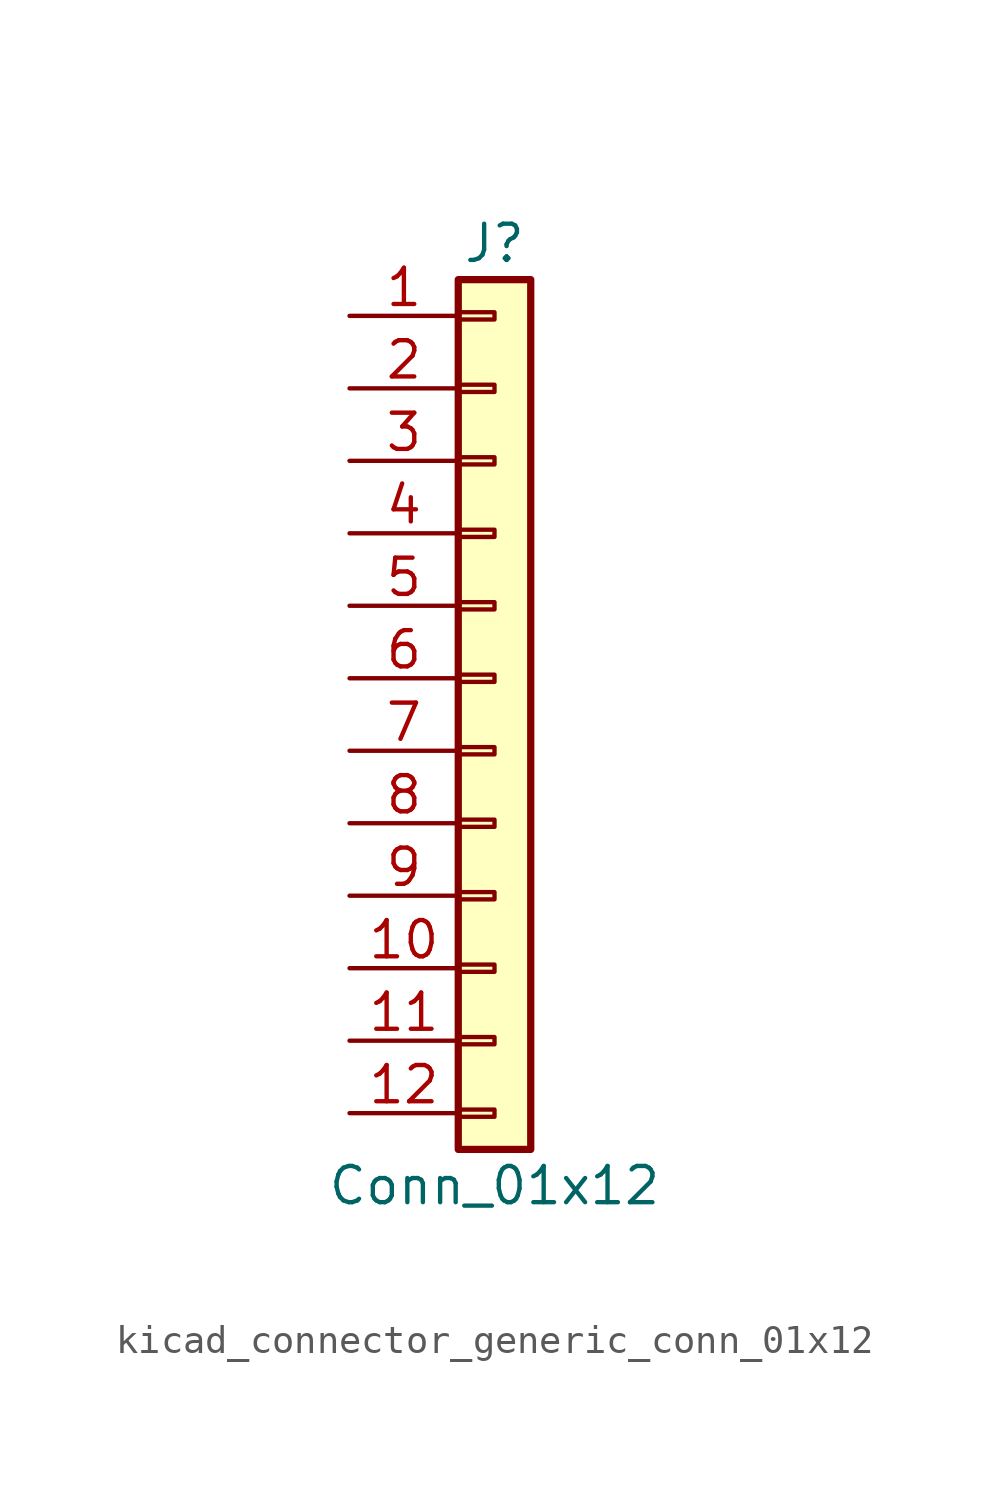
<source format=kicad_sym>
(kicad_symbol_lib
  (version 20220914)
  (generator kicad_symbol_editor)
  (symbol "kicad_connector_generic_conn_01x12"
    (pin_names
      (offset 1.016) hide)
    (property "Reference" "J"
      (at 0 15.24 0)
      (effects (font (size 1.27 1.27))))
    (property "Value" "Conn_01x12"
      (at 0 -17.78 0)
      (effects (font (size 1.27 1.27))))
    (symbol "kicad_connector_generic_conn_01x12_1_1"
      (rectangle (start -1.27 -15.113) (end 0 -15.367) (stroke (width 0.152) (type default)) (fill (type none)))
      (rectangle (start -1.27 -12.573) (end 0 -12.827) (stroke (width 0.152) (type default)) (fill (type none)))
      (rectangle (start -1.27 -10.033) (end 0 -10.287) (stroke (width 0.152) (type default)) (fill (type none)))
      (rectangle (start -1.27 -7.493) (end 0 -7.747) (stroke (width 0.152) (type default)) (fill (type none)))
      (rectangle (start -1.27 -4.953) (end 0 -5.207) (stroke (width 0.152) (type default)) (fill (type none)))
      (rectangle (start -1.27 -2.413) (end 0 -2.667) (stroke (width 0.152) (type default)) (fill (type none)))
      (rectangle (start -1.27 0.127) (end 0 -0.127) (stroke (width 0.152) (type default)) (fill (type none)))
      (rectangle (start -1.27 2.667) (end 0 2.413) (stroke (width 0.152) (type default)) (fill (type none)))
      (rectangle (start -1.27 5.207) (end 0 4.953) (stroke (width 0.152) (type default)) (fill (type none)))
      (rectangle (start -1.27 7.747) (end 0 7.493) (stroke (width 0.152) (type default)) (fill (type none)))
      (rectangle (start -1.27 10.287) (end 0 10.033) (stroke (width 0.152) (type default)) (fill (type none)))
      (rectangle (start -1.27 12.827) (end 0 12.573) (stroke (width 0.152) (type default)) (fill (type none)))
      (rectangle (start -1.27 13.97) (end 1.27 -16.51) (stroke (width 0.254) (type default)) (fill (type background)))
      (pin passive line (at -5.08 12.7 0) (length 3.81) (name "Pin_1" (effects (font (size 1.27 1.27)))) (number "1" (effects (font (size 1.27 1.27)))))
      (pin passive line (at -5.08 -10.16 0) (length 3.81) (name "Pin_10" (effects (font (size 1.27 1.27)))) (number "10" (effects (font (size 1.27 1.27)))))
      (pin passive line (at -5.08 -12.7 0) (length 3.81) (name "Pin_11" (effects (font (size 1.27 1.27)))) (number "11" (effects (font (size 1.27 1.27)))))
      (pin passive line (at -5.08 -15.24 0) (length 3.81) (name "Pin_12" (effects (font (size 1.27 1.27)))) (number "12" (effects (font (size 1.27 1.27)))))
      (pin passive line (at -5.08 10.16 0) (length 3.81) (name "Pin_2" (effects (font (size 1.27 1.27)))) (number "2" (effects (font (size 1.27 1.27)))))
      (pin passive line (at -5.08 7.62 0) (length 3.81) (name "Pin_3" (effects (font (size 1.27 1.27)))) (number "3" (effects (font (size 1.27 1.27)))))
      (pin passive line (at -5.08 5.08 0) (length 3.81) (name "Pin_4" (effects (font (size 1.27 1.27)))) (number "4" (effects (font (size 1.27 1.27)))))
      (pin passive line (at -5.08 2.54 0) (length 3.81) (name "Pin_5" (effects (font (size 1.27 1.27)))) (number "5" (effects (font (size 1.27 1.27)))))
      (pin passive line (at -5.08 0 0) (length 3.81) (name "Pin_6" (effects (font (size 1.27 1.27)))) (number "6" (effects (font (size 1.27 1.27)))))
      (pin passive line (at -5.08 -2.54 0) (length 3.81) (name "Pin_7" (effects (font (size 1.27 1.27)))) (number "7" (effects (font (size 1.27 1.27)))))
      (pin passive line (at -5.08 -5.08 0) (length 3.81) (name "Pin_8" (effects (font (size 1.27 1.27)))) (number "8" (effects (font (size 1.27 1.27)))))
      (pin passive line (at -5.08 -7.62 0) (length 3.81) (name "Pin_9" (effects (font (size 1.27 1.27)))) (number "9" (effects (font (size 1.27 1.27))))))))
</source>
